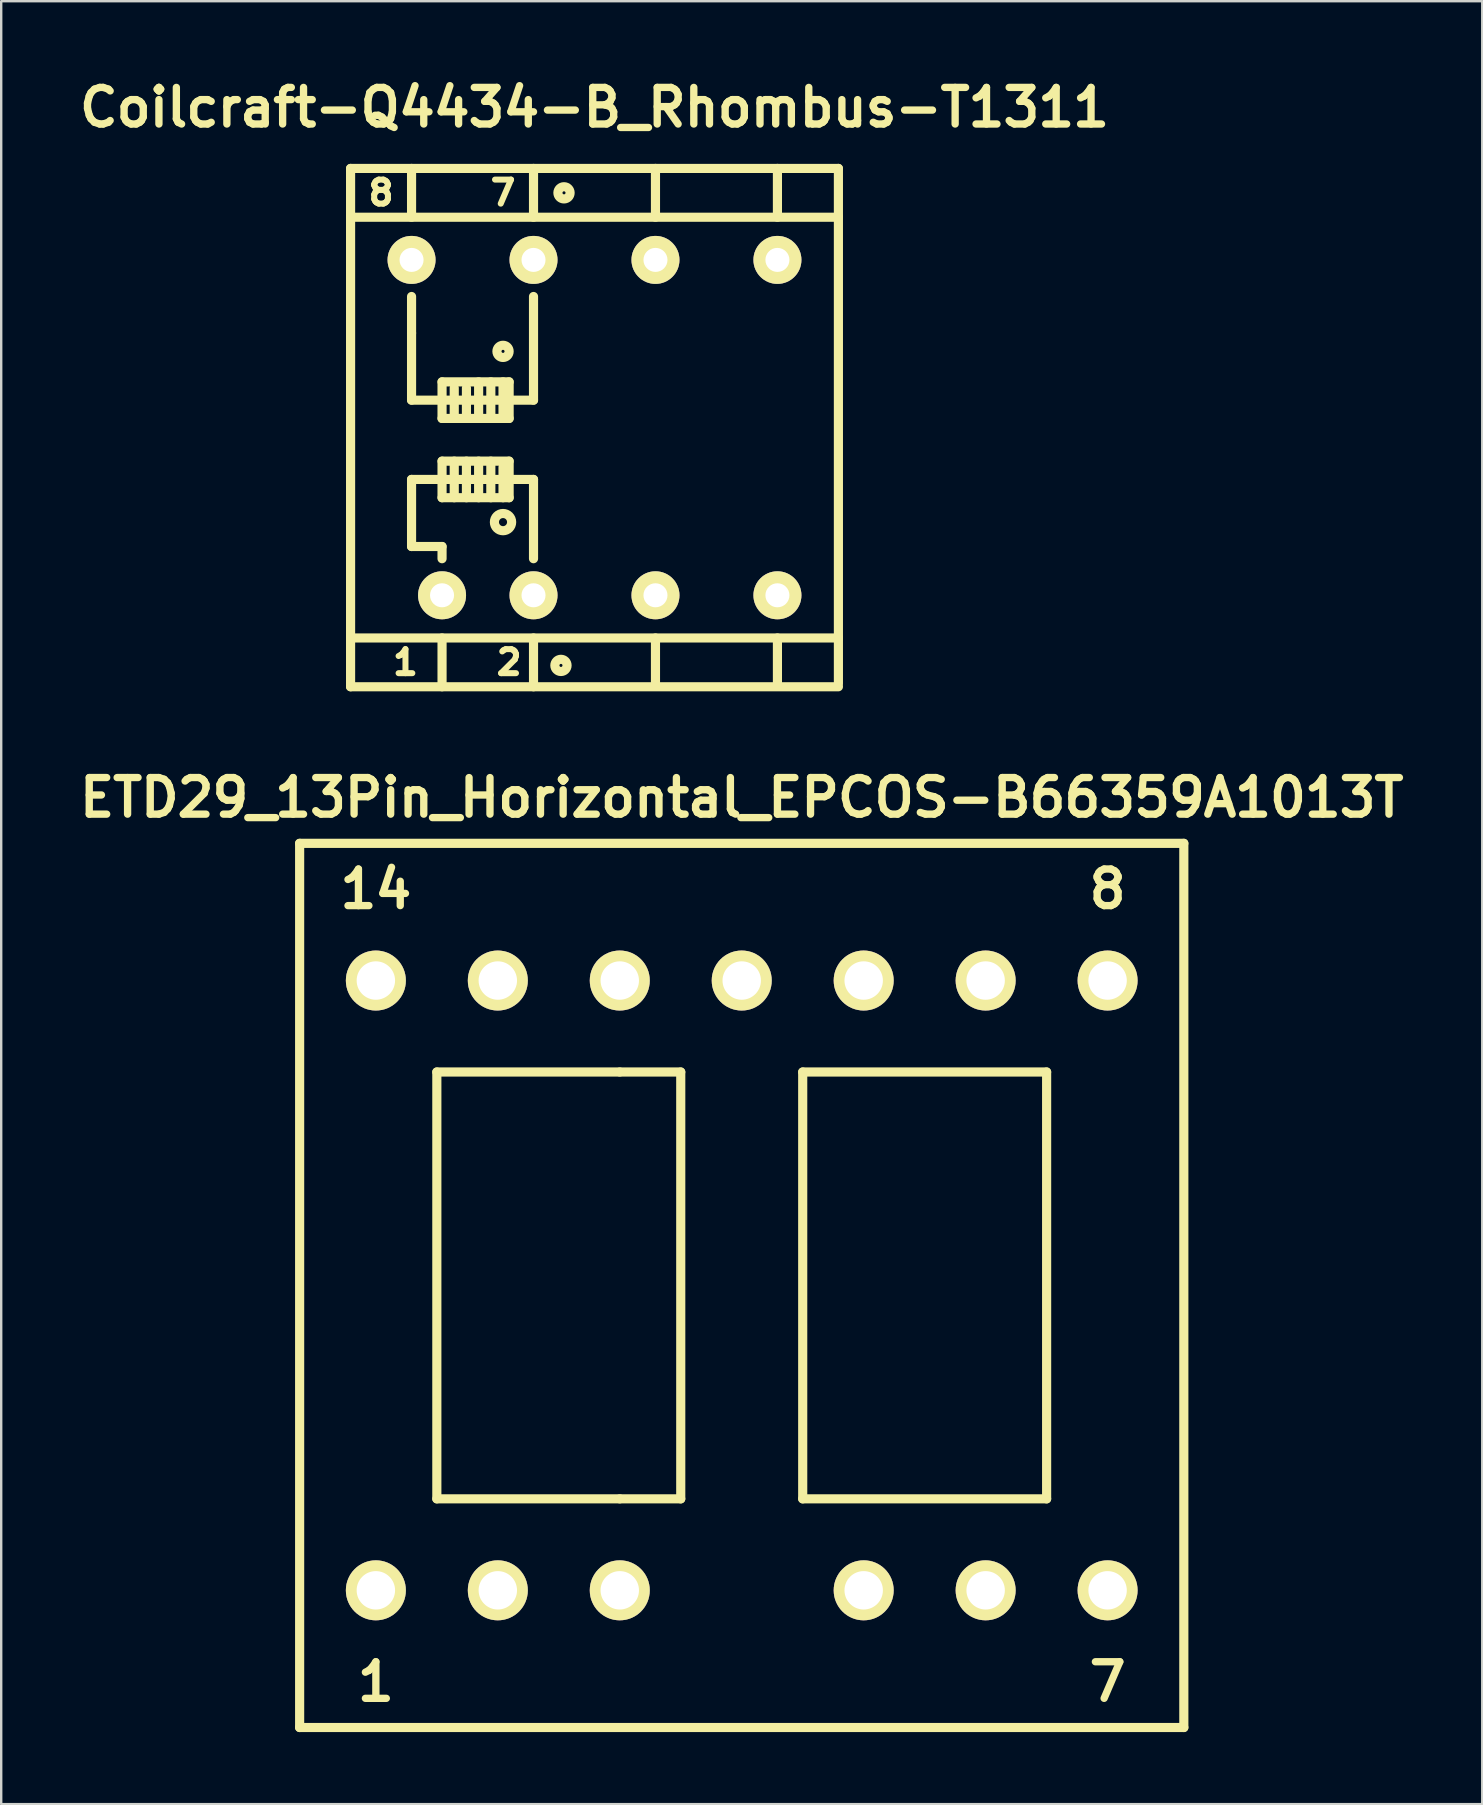
<source format=kicad_pcb>
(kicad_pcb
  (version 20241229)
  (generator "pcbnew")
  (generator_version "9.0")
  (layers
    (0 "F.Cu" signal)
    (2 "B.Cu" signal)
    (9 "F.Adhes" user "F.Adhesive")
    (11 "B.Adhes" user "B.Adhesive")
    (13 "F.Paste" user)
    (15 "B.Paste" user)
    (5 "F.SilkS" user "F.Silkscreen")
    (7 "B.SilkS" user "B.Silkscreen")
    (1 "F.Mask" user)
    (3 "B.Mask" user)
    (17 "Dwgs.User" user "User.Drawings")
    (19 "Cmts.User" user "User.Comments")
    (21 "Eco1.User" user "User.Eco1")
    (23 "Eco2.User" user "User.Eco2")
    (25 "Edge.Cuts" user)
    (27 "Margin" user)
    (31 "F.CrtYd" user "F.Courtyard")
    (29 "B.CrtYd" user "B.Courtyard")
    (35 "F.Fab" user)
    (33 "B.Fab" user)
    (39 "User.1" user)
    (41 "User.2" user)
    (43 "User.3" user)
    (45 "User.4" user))
  (footprint "Coilcraft-Q4434-B_Rhombus-T1311"
    (layer "F.Cu")
    (at 21.713 15.396)
    (property "Reference" "Coilcraft-Q4434-B_Rhombus-T1311" (at 0 -13.97 0) (layer "F.SilkS") (effects (font (size 1.524 1.524) (thickness 0.305))))
    (attr through_hole)
    (fp_line (start -10.16 -11.43) (end -10.16 -9.398) (stroke (width 0.381) (type solid)) (layer "F.SilkS"))
    (fp_line (start -10.16 -9.398) (end -10.16 8.128) (stroke (width 0.381) (type solid)) (layer "F.SilkS"))
    (fp_line (start -10.16 8.128) (end -10.16 10.16) (stroke (width 0.381) (type solid)) (layer "F.SilkS"))
    (fp_line (start -10.16 8.128) (end 10.16 8.128) (stroke (width 0.381) (type solid)) (layer "F.SilkS"))
    (fp_line (start -10.16 10.16) (end 10.16 10.16) (stroke (width 0.381) (type solid)) (layer "F.SilkS"))
    (fp_line (start -7.62 -9.398) (end -7.62 -11.43) (stroke (width 0.381) (type solid)) (layer "F.SilkS"))
    (fp_line (start -7.62 -6.096) (end -7.62 -4.572) (stroke (width 0.381) (type solid)) (layer "F.SilkS"))
    (fp_line (start -7.62 -4.572) (end -7.62 -1.778) (stroke (width 0.381) (type solid)) (layer "F.SilkS"))
    (fp_line (start -7.62 -1.778) (end -2.54 -1.778) (stroke (width 0.381) (type solid)) (layer "F.SilkS"))
    (fp_line (start -7.62 1.524) (end -7.62 4.318) (stroke (width 0.381) (type solid)) (layer "F.SilkS"))
    (fp_line (start -7.62 4.318) (end -6.35 4.318) (stroke (width 0.381) (type solid)) (layer "F.SilkS"))
    (fp_line (start -6.35 -2.54) (end -3.556 -2.54) (stroke (width 0.381) (type solid)) (layer "F.SilkS"))
    (fp_line (start -6.35 -1.016) (end -6.35 -2.54) (stroke (width 0.381) (type solid)) (layer "F.SilkS"))
    (fp_line (start -6.35 0.762) (end -6.35 2.286) (stroke (width 0.381) (type solid)) (layer "F.SilkS"))
    (fp_line (start -6.35 1.524) (end -7.62 1.524) (stroke (width 0.381) (type solid)) (layer "F.SilkS"))
    (fp_line (start -6.35 1.524) (end -2.54 1.524) (stroke (width 0.381) (type solid)) (layer "F.SilkS"))
    (fp_line (start -6.35 2.286) (end -3.556 2.286) (stroke (width 0.381) (type solid)) (layer "F.SilkS"))
    (fp_line (start -6.35 4.318) (end -6.35 4.826) (stroke (width 0.381) (type solid)) (layer "F.SilkS"))
    (fp_line (start -6.35 8.128) (end -6.35 10.16) (stroke (width 0.381) (type solid)) (layer "F.SilkS"))
    (fp_line (start -5.842 -2.286) (end -5.842 -1.016) (stroke (width 0.381) (type solid)) (layer "F.SilkS"))
    (fp_line (start -5.842 0.762) (end -5.842 2.286) (stroke (width 0.381) (type solid)) (layer "F.SilkS"))
    (fp_line (start -5.334 -2.286) (end -5.334 -1.016) (stroke (width 0.381) (type solid)) (layer "F.SilkS"))
    (fp_line (start -5.334 0.762) (end -5.334 2.286) (stroke (width 0.381) (type solid)) (layer "F.SilkS"))
    (fp_line (start -4.826 -2.54) (end -4.826 -1.016) (stroke (width 0.381) (type solid)) (layer "F.SilkS"))
    (fp_line (start -4.826 0.762) (end -4.826 2.286) (stroke (width 0.381) (type solid)) (layer "F.SilkS"))
    (fp_line (start -4.318 -2.54) (end -4.318 -1.016) (stroke (width 0.381) (type solid)) (layer "F.SilkS"))
    (fp_line (start -4.318 0.762) (end -4.318 2.286) (stroke (width 0.381) (type solid)) (layer "F.SilkS"))
    (fp_line (start -3.81 -2.54) (end -3.81 -1.016) (stroke (width 0.381) (type solid)) (layer "F.SilkS"))
    (fp_line (start -3.81 1.016) (end -3.81 2.286) (stroke (width 0.381) (type solid)) (layer "F.SilkS"))
    (fp_line (start -3.556 -2.54) (end -3.556 -1.016) (stroke (width 0.381) (type solid)) (layer "F.SilkS"))
    (fp_line (start -3.556 -1.016) (end -6.35 -1.016) (stroke (width 0.381) (type solid)) (layer "F.SilkS"))
    (fp_line (start -3.556 0.762) (end -6.35 0.762) (stroke (width 0.381) (type solid)) (layer "F.SilkS"))
    (fp_line (start -3.556 2.286) (end -3.556 0.762) (stroke (width 0.381) (type solid)) (layer "F.SilkS"))
    (fp_line (start -2.54 -9.398) (end -2.54 -11.43) (stroke (width 0.381) (type solid)) (layer "F.SilkS"))
    (fp_line (start -2.54 -1.778) (end -2.54 -6.096) (stroke (width 0.381) (type solid)) (layer "F.SilkS"))
    (fp_line (start -2.54 1.524) (end -2.54 4.826) (stroke (width 0.381) (type solid)) (layer "F.SilkS"))
    (fp_line (start -2.54 8.128) (end -2.54 10.16) (stroke (width 0.381) (type solid)) (layer "F.SilkS"))
    (fp_line (start 2.54 -9.398) (end 2.54 -11.43) (stroke (width 0.381) (type solid)) (layer "F.SilkS"))
    (fp_line (start 2.54 8.128) (end 2.54 10.033) (stroke (width 0.381) (type solid)) (layer "F.SilkS"))
    (fp_line (start 7.62 -9.398) (end 7.62 -11.43) (stroke (width 0.381) (type solid)) (layer "F.SilkS"))
    (fp_line (start 7.62 8.128) (end 7.62 10.033) (stroke (width 0.381) (type solid)) (layer "F.SilkS"))
    (fp_line (start 10.16 -11.43) (end -10.16 -11.43) (stroke (width 0.381) (type solid)) (layer "F.SilkS"))
    (fp_line (start 10.16 -11.43) (end 10.16 -9.398) (stroke (width 0.381) (type solid)) (layer "F.SilkS"))
    (fp_line (start 10.16 -9.398) (end -10.16 -9.398) (stroke (width 0.381) (type solid)) (layer "F.SilkS"))
    (fp_line (start 10.16 8.128) (end 10.16 -9.398) (stroke (width 0.381) (type solid)) (layer "F.SilkS"))
    (fp_line (start 10.16 8.128) (end 10.16 10.033) (stroke (width 0.381) (type solid)) (layer "F.SilkS"))
    (fp_circle (center -3.81 -3.81) (end -3.81 -3.556) (stroke (width 0.381) (type solid)) (fill no) (layer "F.SilkS"))
    (fp_circle (center -3.81 3.302) (end -3.556 3.556) (stroke (width 0.381) (type solid)) (fill no) (layer "F.SilkS"))
    (fp_circle (center -1.397 9.271) (end -1.397 9.525) (stroke (width 0.381) (type solid)) (fill no) (layer "F.SilkS"))
    (fp_circle (center -1.27 -10.414) (end -1.27 -10.16) (stroke (width 0.381) (type solid)) (fill no) (layer "F.SilkS"))
    (fp_text user "2" (at -3.556 9.144 0) (layer "F.SilkS") (effects (font (size 1.001 1.001) (thickness 0.251))))
    (fp_text user "1" (at -7.874 9.144 0) (layer "F.SilkS") (effects (font (size 1.001 1.001) (thickness 0.251))))
    (fp_text user "8" (at -8.89 -10.414 0) (layer "F.SilkS") (effects (font (size 1.001 1.001) (thickness 0.251))))
    (fp_text user "7" (at -3.81 -10.414 0) (layer "F.SilkS") (effects (font (size 1.001 1.001) (thickness 0.251))))
    (pad "1" thru_hole circle (at -6.35 6.35) (size 1.999 1.999) (drill 1.001) (layers "*.Cu" "*.Mask" "F.SilkS"))
    (pad "2" thru_hole circle (at -2.54 6.35) (size 1.999 1.999) (drill 1.001) (layers "*.Cu" "*.Mask" "F.SilkS"))
    (pad "3" thru_hole circle (at 2.54 6.35) (size 1.999 1.999) (drill 1.001) (layers "*.Cu" "*.Mask" "F.SilkS"))
    (pad "4" thru_hole circle (at 7.62 6.35) (size 1.999 1.999) (drill 1.001) (layers "*.Cu" "*.Mask" "F.SilkS"))
    (pad "5" thru_hole circle (at 7.62 -7.62) (size 1.999 1.999) (drill 1.001) (layers "*.Cu" "*.Mask" "F.SilkS"))
    (pad "6" thru_hole circle (at 2.54 -7.62) (size 1.999 1.999) (drill 1.001) (layers "*.Cu" "*.Mask" "F.SilkS"))
    (pad "7" thru_hole circle (at -2.54 -7.62) (size 1.999 1.999) (drill 1.001) (layers "*.Cu" "*.Mask" "F.SilkS"))
    (pad "8" thru_hole circle (at -7.62 -7.62) (size 1.999 1.999) (drill 1.001) (layers "*.Cu" "*.Mask" "F.SilkS")))
  (footprint "ETD29_13Pin_Horizontal_EPCOS-B66359A1013T"
    (layer "F.Cu")
    (at 27.846 50.493)
    (property "Reference" "ETD29_13Pin_Horizontal_EPCOS-B66359A1013T" (at 0 -20.32 0) (layer "F.SilkS") (effects (font (size 1.524 1.524) (thickness 0.305))))
    (attr through_hole)
    (fp_line (start -18.415 -18.415) (end 18.415 -18.415) (stroke (width 0.381) (type solid)) (layer "F.SilkS"))
    (fp_line (start -18.415 18.415) (end -18.415 -18.415) (stroke (width 0.381) (type solid)) (layer "F.SilkS"))
    (fp_line (start -12.7 -8.89) (end -12.7 8.89) (stroke (width 0.381) (type solid)) (layer "F.SilkS"))
    (fp_line (start -12.7 8.89) (end -5.08 8.89) (stroke (width 0.381) (type solid)) (layer "F.SilkS"))
    (fp_line (start -5.08 -8.89) (end -12.7 -8.89) (stroke (width 0.381) (type solid)) (layer "F.SilkS"))
    (fp_line (start -5.08 -8.89) (end -2.54 -8.89) (stroke (width 0.381) (type solid)) (layer "F.SilkS"))
    (fp_line (start -2.54 -8.89) (end -2.54 8.89) (stroke (width 0.381) (type solid)) (layer "F.SilkS"))
    (fp_line (start -2.54 8.89) (end -5.08 8.89) (stroke (width 0.381) (type solid)) (layer "F.SilkS"))
    (fp_line (start 2.54 -8.89) (end 2.54 8.89) (stroke (width 0.381) (type solid)) (layer "F.SilkS"))
    (fp_line (start 2.54 8.89) (end 12.7 8.89) (stroke (width 0.381) (type solid)) (layer "F.SilkS"))
    (fp_line (start 12.7 -8.89) (end 2.54 -8.89) (stroke (width 0.381) (type solid)) (layer "F.SilkS"))
    (fp_line (start 12.7 8.89) (end 12.7 -8.89) (stroke (width 0.381) (type solid)) (layer "F.SilkS"))
    (fp_line (start 18.415 -18.415) (end 18.415 18.415) (stroke (width 0.381) (type solid)) (layer "F.SilkS"))
    (fp_line (start 18.415 18.415) (end -18.415 18.415) (stroke (width 0.381) (type solid)) (layer "F.SilkS"))
    (fp_text user "1" (at -15.24 16.51 0) (layer "F.SilkS") (effects (font (size 1.524 1.524) (thickness 0.305))))
    (fp_text user "14" (at -15.24 -16.51 0) (layer "F.SilkS") (effects (font (size 1.524 1.524) (thickness 0.305))))
    (fp_text user "8" (at 15.24 -16.51 0) (layer "F.SilkS") (effects (font (size 1.524 1.524) (thickness 0.305))))
    (fp_text user "7" (at 15.24 16.51 0) (layer "F.SilkS") (effects (font (size 1.524 1.524) (thickness 0.305))))
    (pad "1" thru_hole circle (at -15.24 12.7) (size 2.499 2.499) (drill 1.6) (layers "*.Cu" "*.Mask" "F.SilkS"))
    (pad "2" thru_hole circle (at -10.16 12.7) (size 2.499 2.499) (drill 1.6) (layers "*.Cu" "*.Mask" "F.SilkS"))
    (pad "3" thru_hole circle (at -5.08 12.7) (size 2.499 2.499) (drill 1.6) (layers "*.Cu" "*.Mask" "F.SilkS"))
    (pad "5" thru_hole circle (at 5.08 12.7) (size 2.499 2.499) (drill 1.6) (layers "*.Cu" "*.Mask" "F.SilkS"))
    (pad "6" thru_hole circle (at 10.16 12.7) (size 2.499 2.499) (drill 1.6) (layers "*.Cu" "*.Mask" "F.SilkS"))
    (pad "7" thru_hole circle (at 15.24 12.7) (size 2.499 2.499) (drill 1.6) (layers "*.Cu" "*.Mask" "F.SilkS"))
    (pad "8" thru_hole circle (at 15.24 -12.7) (size 2.499 2.499) (drill 1.6) (layers "*.Cu" "*.Mask" "F.SilkS"))
    (pad "9" thru_hole circle (at 10.16 -12.7) (size 2.499 2.499) (drill 1.6) (layers "*.Cu" "*.Mask" "F.SilkS"))
    (pad "10" thru_hole circle (at 5.08 -12.7) (size 2.499 2.499) (drill 1.6) (layers "*.Cu" "*.Mask" "F.SilkS"))
    (pad "11" thru_hole circle (at 0 -12.7) (size 2.499 2.499) (drill 1.6) (layers "*.Cu" "*.Mask" "F.SilkS"))
    (pad "12" thru_hole circle (at -5.08 -12.7) (size 2.499 2.499) (drill 1.6) (layers "*.Cu" "*.Mask" "F.SilkS"))
    (pad "13" thru_hole circle (at -10.16 -12.7) (size 2.499 2.499) (drill 1.6) (layers "*.Cu" "*.Mask" "F.SilkS"))
    (pad "14" thru_hole circle (at -15.24 -12.7) (size 2.499 2.499) (drill 1.6) (layers "*.Cu" "*.Mask" "F.SilkS")))
  (gr_rect
    (start -3 -3)
    (end 58.691 72.099)
    (stroke (width 0.1) (type default))
    (fill no)
    (layer "Edge.Cuts")))
</source>
